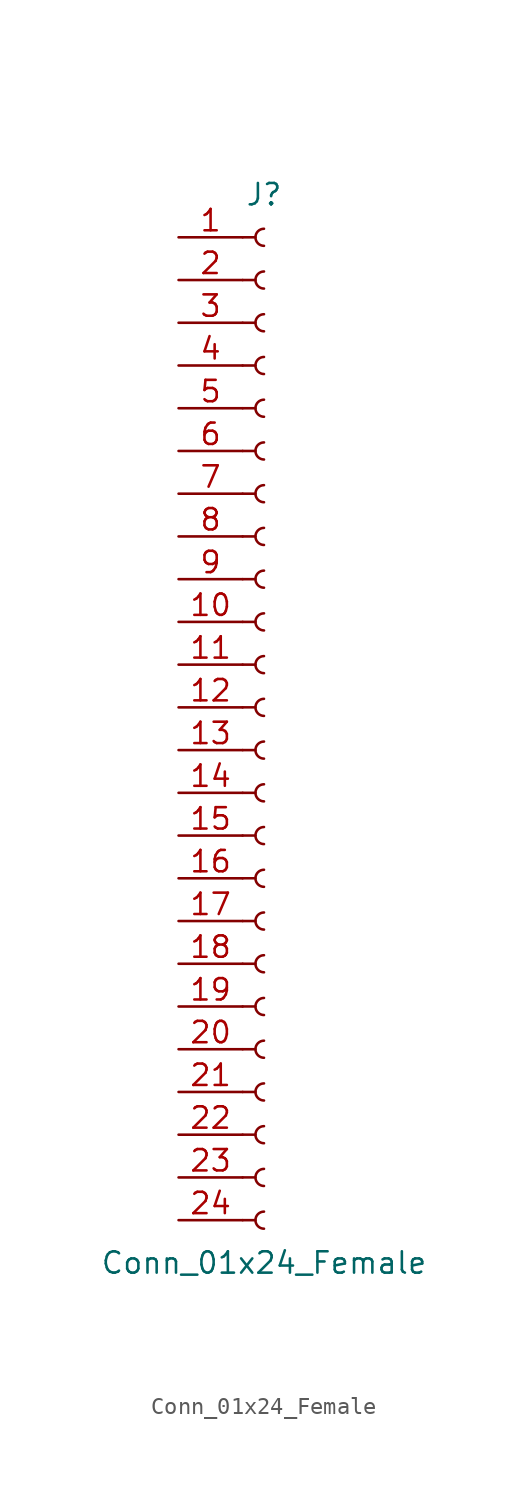
<source format=kicad_sym>
(kicad_symbol_lib
  (version 20201005)
  (generator kicad_symbol_editor)
  (symbol "Connector:Conn_01x24_Female"
    (pin_names
      (offset 1.016) hide)
    (property "Reference" "J"
      (at 0 30.48 0)
      (effects (font (size 1.27 1.27))))
    (property "Value" "Conn_01x24_Female"
      (at 0 -33.02 0)
      (effects (font (size 1.27 1.27))))
    (symbol "Conn_01x24_Female_1_1"
      (arc (start 0 -29.972) (end 0 -30.988) (radius (at 0 -30.48) (length 0.508) (angles 90.1 -90.1)) (stroke (width 0.1524)) (fill (type none)))
      (arc (start 0 -27.432) (end 0 -28.448) (radius (at 0 -27.94) (length 0.508) (angles 90.1 -90.1)) (stroke (width 0.1524)) (fill (type none)))
      (arc (start 0 -24.892) (end 0 -25.908) (radius (at 0 -25.4) (length 0.508) (angles 90.1 -90.1)) (stroke (width 0.1524)) (fill (type none)))
      (arc (start 0 -22.352) (end 0 -23.368) (radius (at 0 -22.86) (length 0.508) (angles 90.1 -90.1)) (stroke (width 0.1524)) (fill (type none)))
      (arc (start 0 -19.812) (end 0 -20.828) (radius (at 0 -20.32) (length 0.508) (angles 90.1 -90.1)) (stroke (width 0.1524)) (fill (type none)))
      (arc (start 0 -17.272) (end 0 -18.288) (radius (at 0 -17.78) (length 0.508) (angles 90.1 -90.1)) (stroke (width 0.1524)) (fill (type none)))
      (arc (start 0 -14.732) (end 0 -15.748) (radius (at 0 -15.24) (length 0.508) (angles 90.1 -90.1)) (stroke (width 0.1524)) (fill (type none)))
      (arc (start 0 -12.192) (end 0 -13.208) (radius (at 0 -12.7) (length 0.508) (angles 90.1 -90.1)) (stroke (width 0.1524)) (fill (type none)))
      (arc (start 0 -9.652) (end 0 -10.668) (radius (at 0 -10.16) (length 0.508) (angles 90.1 -90.1)) (stroke (width 0.1524)) (fill (type none)))
      (arc (start 0 -7.112) (end 0 -8.128) (radius (at 0 -7.62) (length 0.508) (angles 90.1 -90.1)) (stroke (width 0.1524)) (fill (type none)))
      (arc (start 0 -4.572) (end 0 -5.588) (radius (at 0 -5.08) (length 0.508) (angles 90.1 -90.1)) (stroke (width 0.1524)) (fill (type none)))
      (arc (start 0 -2.032) (end 0 -3.048) (radius (at 0 -2.54) (length 0.508) (angles 90.1 -90.1)) (stroke (width 0.1524)) (fill (type none)))
      (arc (start 0 0.508) (end 0 -0.508) (radius (at 0 0) (length 0.508) (angles 90.1 -90.1)) (stroke (width 0.1524)) (fill (type none)))
      (arc (start 0 3.048) (end 0 2.032) (radius (at 0 2.54) (length 0.508) (angles 90.1 -90.1)) (stroke (width 0.1524)) (fill (type none)))
      (arc (start 0 5.588) (end 0 4.572) (radius (at 0 5.08) (length 0.508) (angles 90.1 -90.1)) (stroke (width 0.1524)) (fill (type none)))
      (arc (start 0 8.128) (end 0 7.112) (radius (at 0 7.62) (length 0.508) (angles 90.1 -90.1)) (stroke (width 0.1524)) (fill (type none)))
      (arc (start 0 10.668) (end 0 9.652) (radius (at 0 10.16) (length 0.508) (angles 90.1 -90.1)) (stroke (width 0.1524)) (fill (type none)))
      (arc (start 0 13.208) (end 0 12.192) (radius (at 0 12.7) (length 0.508) (angles 90.1 -90.1)) (stroke (width 0.1524)) (fill (type none)))
      (arc (start 0 15.748) (end 0 14.732) (radius (at 0 15.24) (length 0.508) (angles 90.1 -90.1)) (stroke (width 0.1524)) (fill (type none)))
      (arc (start 0 18.288) (end 0 17.272) (radius (at 0 17.78) (length 0.508) (angles 90.1 -90.1)) (stroke (width 0.1524)) (fill (type none)))
      (arc (start 0 20.828) (end 0 19.812) (radius (at 0 20.32) (length 0.508) (angles 90.1 -90.1)) (stroke (width 0.1524)) (fill (type none)))
      (arc (start 0 23.368) (end 0 22.352) (radius (at 0 22.86) (length 0.508) (angles 90.1 -90.1)) (stroke (width 0.1524)) (fill (type none)))
      (arc (start 0 25.908) (end 0 24.892) (radius (at 0 25.4) (length 0.508) (angles 90.1 -90.1)) (stroke (width 0.1524)) (fill (type none)))
      (arc (start 0 28.448) (end 0 27.432) (radius (at 0 27.94) (length 0.508) (angles 90.1 -90.1)) (stroke (width 0.1524)) (fill (type none)))
      (polyline (pts (xy -1.27 -30.48) (xy -0.508 -30.48)) (stroke (width 0.152)) (fill (type none)))
      (polyline (pts (xy -1.27 -27.94) (xy -0.508 -27.94)) (stroke (width 0.152)) (fill (type none)))
      (polyline (pts (xy -1.27 -25.4) (xy -0.508 -25.4)) (stroke (width 0.152)) (fill (type none)))
      (polyline (pts (xy -1.27 -22.86) (xy -0.508 -22.86)) (stroke (width 0.152)) (fill (type none)))
      (polyline (pts (xy -1.27 -20.32) (xy -0.508 -20.32)) (stroke (width 0.152)) (fill (type none)))
      (polyline (pts (xy -1.27 -17.78) (xy -0.508 -17.78)) (stroke (width 0.152)) (fill (type none)))
      (polyline (pts (xy -1.27 -15.24) (xy -0.508 -15.24)) (stroke (width 0.152)) (fill (type none)))
      (polyline (pts (xy -1.27 -12.7) (xy -0.508 -12.7)) (stroke (width 0.152)) (fill (type none)))
      (polyline (pts (xy -1.27 -10.16) (xy -0.508 -10.16)) (stroke (width 0.152)) (fill (type none)))
      (polyline (pts (xy -1.27 -7.62) (xy -0.508 -7.62)) (stroke (width 0.152)) (fill (type none)))
      (polyline (pts (xy -1.27 -5.08) (xy -0.508 -5.08)) (stroke (width 0.152)) (fill (type none)))
      (polyline (pts (xy -1.27 -2.54) (xy -0.508 -2.54)) (stroke (width 0.152)) (fill (type none)))
      (polyline (pts (xy -1.27 0) (xy -0.508 0)) (stroke (width 0.152)) (fill (type none)))
      (polyline (pts (xy -1.27 2.54) (xy -0.508 2.54)) (stroke (width 0.152)) (fill (type none)))
      (polyline (pts (xy -1.27 5.08) (xy -0.508 5.08)) (stroke (width 0.152)) (fill (type none)))
      (polyline (pts (xy -1.27 7.62) (xy -0.508 7.62)) (stroke (width 0.152)) (fill (type none)))
      (polyline (pts (xy -1.27 10.16) (xy -0.508 10.16)) (stroke (width 0.152)) (fill (type none)))
      (polyline (pts (xy -1.27 12.7) (xy -0.508 12.7)) (stroke (width 0.152)) (fill (type none)))
      (polyline (pts (xy -1.27 15.24) (xy -0.508 15.24)) (stroke (width 0.152)) (fill (type none)))
      (polyline (pts (xy -1.27 17.78) (xy -0.508 17.78)) (stroke (width 0.152)) (fill (type none)))
      (polyline (pts (xy -1.27 20.32) (xy -0.508 20.32)) (stroke (width 0.152)) (fill (type none)))
      (polyline (pts (xy -1.27 22.86) (xy -0.508 22.86)) (stroke (width 0.152)) (fill (type none)))
      (polyline (pts (xy -1.27 25.4) (xy -0.508 25.4)) (stroke (width 0.152)) (fill (type none)))
      (polyline (pts (xy -1.27 27.94) (xy -0.508 27.94)) (stroke (width 0.152)) (fill (type none)))
      (pin passive line (at -5.08 27.94 0) (length 3.81) (name "Pin_1" (effects (font (size 1.27 1.27)))) (number "1" (effects (font (size 1.27 1.27)))))
      (pin passive line (at -5.08 5.08 0) (length 3.81) (name "Pin_10" (effects (font (size 1.27 1.27)))) (number "10" (effects (font (size 1.27 1.27)))))
      (pin passive line (at -5.08 2.54 0) (length 3.81) (name "Pin_11" (effects (font (size 1.27 1.27)))) (number "11" (effects (font (size 1.27 1.27)))))
      (pin passive line (at -5.08 0 0) (length 3.81) (name "Pin_12" (effects (font (size 1.27 1.27)))) (number "12" (effects (font (size 1.27 1.27)))))
      (pin passive line (at -5.08 -2.54 0) (length 3.81) (name "Pin_13" (effects (font (size 1.27 1.27)))) (number "13" (effects (font (size 1.27 1.27)))))
      (pin passive line (at -5.08 -5.08 0) (length 3.81) (name "Pin_14" (effects (font (size 1.27 1.27)))) (number "14" (effects (font (size 1.27 1.27)))))
      (pin passive line (at -5.08 -7.62 0) (length 3.81) (name "Pin_15" (effects (font (size 1.27 1.27)))) (number "15" (effects (font (size 1.27 1.27)))))
      (pin passive line (at -5.08 -10.16 0) (length 3.81) (name "Pin_16" (effects (font (size 1.27 1.27)))) (number "16" (effects (font (size 1.27 1.27)))))
      (pin passive line (at -5.08 -12.7 0) (length 3.81) (name "Pin_17" (effects (font (size 1.27 1.27)))) (number "17" (effects (font (size 1.27 1.27)))))
      (pin passive line (at -5.08 -15.24 0) (length 3.81) (name "Pin_18" (effects (font (size 1.27 1.27)))) (number "18" (effects (font (size 1.27 1.27)))))
      (pin passive line (at -5.08 -17.78 0) (length 3.81) (name "Pin_19" (effects (font (size 1.27 1.27)))) (number "19" (effects (font (size 1.27 1.27)))))
      (pin passive line (at -5.08 25.4 0) (length 3.81) (name "Pin_2" (effects (font (size 1.27 1.27)))) (number "2" (effects (font (size 1.27 1.27)))))
      (pin passive line (at -5.08 -20.32 0) (length 3.81) (name "Pin_20" (effects (font (size 1.27 1.27)))) (number "20" (effects (font (size 1.27 1.27)))))
      (pin passive line (at -5.08 -22.86 0) (length 3.81) (name "Pin_21" (effects (font (size 1.27 1.27)))) (number "21" (effects (font (size 1.27 1.27)))))
      (pin passive line (at -5.08 -25.4 0) (length 3.81) (name "Pin_22" (effects (font (size 1.27 1.27)))) (number "22" (effects (font (size 1.27 1.27)))))
      (pin passive line (at -5.08 -27.94 0) (length 3.81) (name "Pin_23" (effects (font (size 1.27 1.27)))) (number "23" (effects (font (size 1.27 1.27)))))
      (pin passive line (at -5.08 -30.48 0) (length 3.81) (name "Pin_24" (effects (font (size 1.27 1.27)))) (number "24" (effects (font (size 1.27 1.27)))))
      (pin passive line (at -5.08 22.86 0) (length 3.81) (name "Pin_3" (effects (font (size 1.27 1.27)))) (number "3" (effects (font (size 1.27 1.27)))))
      (pin passive line (at -5.08 20.32 0) (length 3.81) (name "Pin_4" (effects (font (size 1.27 1.27)))) (number "4" (effects (font (size 1.27 1.27)))))
      (pin passive line (at -5.08 17.78 0) (length 3.81) (name "Pin_5" (effects (font (size 1.27 1.27)))) (number "5" (effects (font (size 1.27 1.27)))))
      (pin passive line (at -5.08 15.24 0) (length 3.81) (name "Pin_6" (effects (font (size 1.27 1.27)))) (number "6" (effects (font (size 1.27 1.27)))))
      (pin passive line (at -5.08 12.7 0) (length 3.81) (name "Pin_7" (effects (font (size 1.27 1.27)))) (number "7" (effects (font (size 1.27 1.27)))))
      (pin passive line (at -5.08 10.16 0) (length 3.81) (name "Pin_8" (effects (font (size 1.27 1.27)))) (number "8" (effects (font (size 1.27 1.27)))))
      (pin passive line (at -5.08 7.62 0) (length 3.81) (name "Pin_9" (effects (font (size 1.27 1.27)))) (number "9" (effects (font (size 1.27 1.27))))))))
</source>
